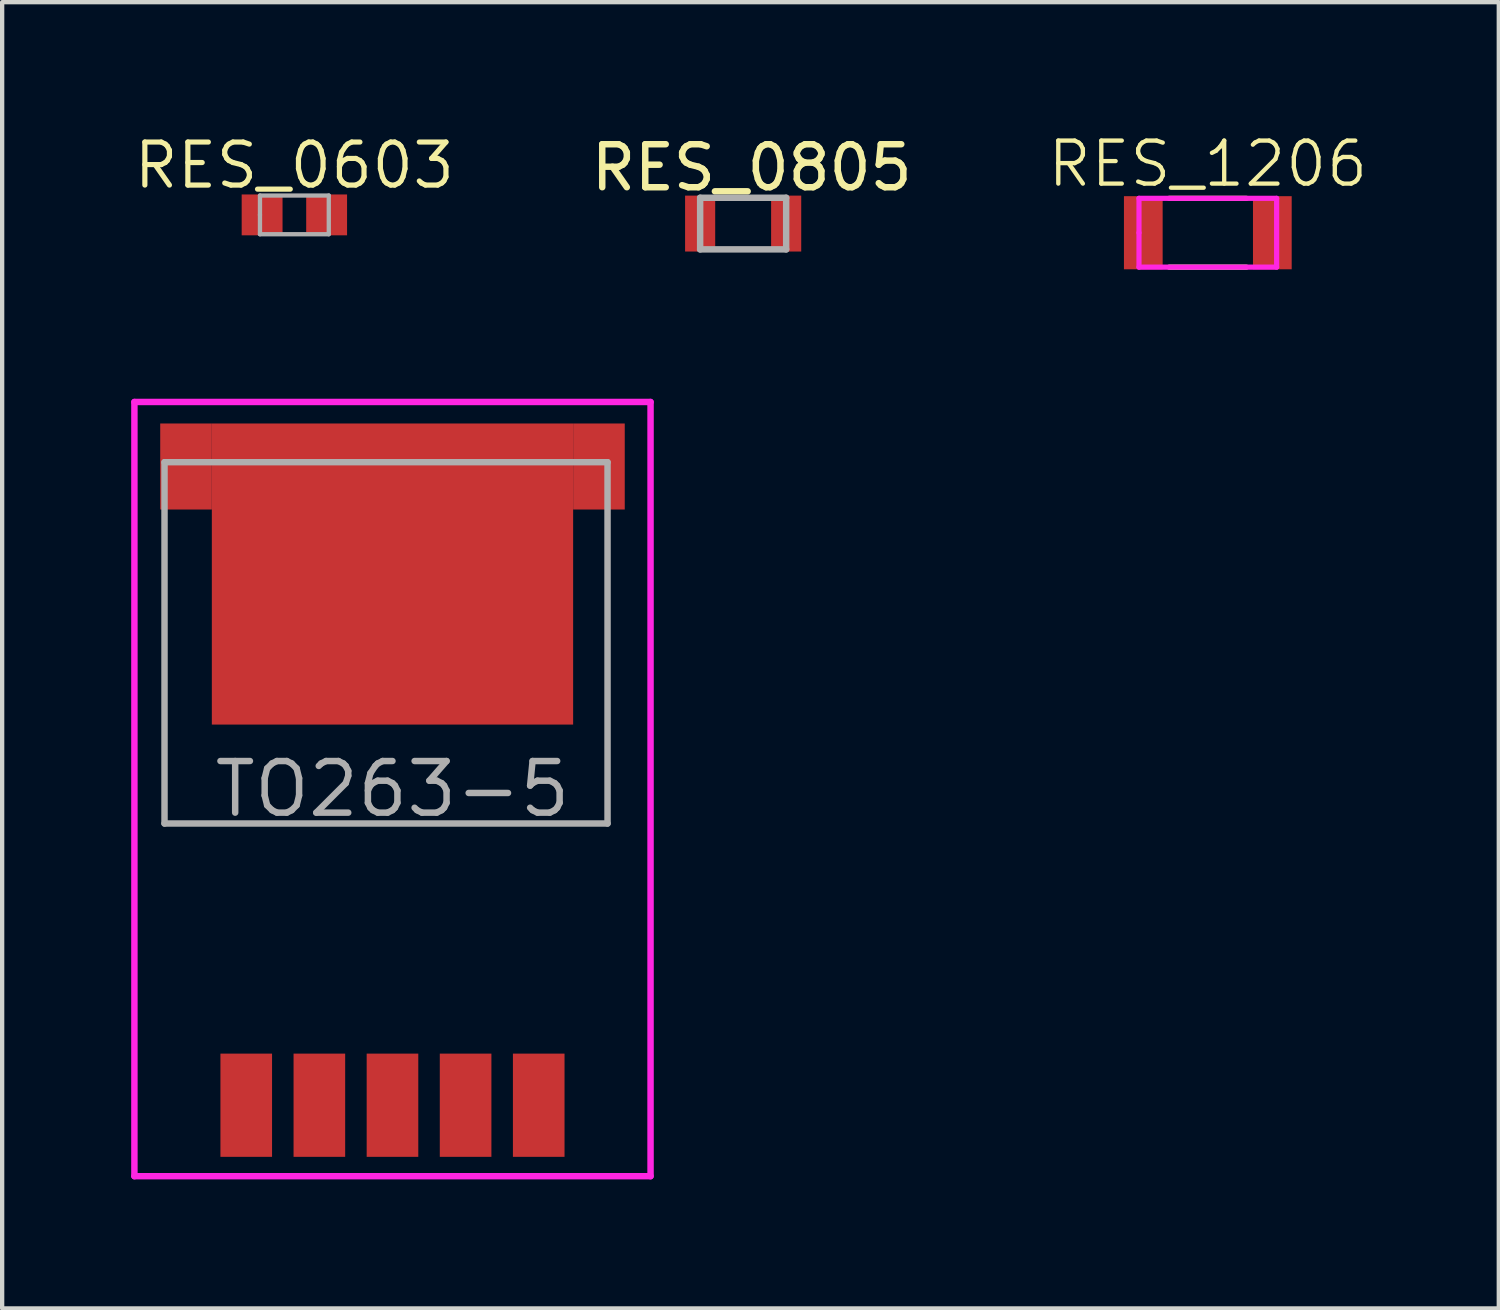
<source format=kicad_pcb>
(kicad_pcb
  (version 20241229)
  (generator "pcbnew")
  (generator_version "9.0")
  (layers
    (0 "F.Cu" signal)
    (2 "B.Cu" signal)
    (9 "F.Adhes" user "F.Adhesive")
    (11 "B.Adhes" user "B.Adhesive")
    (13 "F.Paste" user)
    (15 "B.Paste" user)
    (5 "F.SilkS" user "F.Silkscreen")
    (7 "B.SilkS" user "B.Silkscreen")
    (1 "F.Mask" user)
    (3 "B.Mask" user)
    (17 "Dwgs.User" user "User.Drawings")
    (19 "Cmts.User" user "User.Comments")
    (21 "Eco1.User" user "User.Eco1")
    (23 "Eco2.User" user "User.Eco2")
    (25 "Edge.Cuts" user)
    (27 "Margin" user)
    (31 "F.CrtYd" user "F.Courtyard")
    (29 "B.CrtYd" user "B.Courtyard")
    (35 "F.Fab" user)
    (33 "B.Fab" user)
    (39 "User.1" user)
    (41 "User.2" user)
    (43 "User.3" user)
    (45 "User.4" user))
  (footprint "TO263-5"
    (layer "F.Cu")
    (at 6.075 15.296)
    (property "Reference" "TO263-5" (at 0 0 180) (layer "F.Fab") (effects (font (size 1.2 1.2) (thickness 0.15))))
    (attr through_hole)
    (fp_line (start -6 -9) (end 6 -9) (stroke (width 0.15) (type solid)) (layer "F.CrtYd"))
    (fp_line (start -6 9) (end -6 -9) (stroke (width 0.15) (type solid)) (layer "F.CrtYd"))
    (fp_line (start 6 -9) (end 6 9) (stroke (width 0.15) (type solid)) (layer "F.CrtYd"))
    (fp_line (start 6 9) (end -6 9) (stroke (width 0.15) (type solid)) (layer "F.CrtYd"))
    (fp_line (start -5.3 -7.6) (end 5 -7.6) (stroke (width 0.15) (type solid)) (layer "F.Fab"))
    (fp_line (start -5.3 0.8) (end -5.3 -7.6) (stroke (width 0.15) (type solid)) (layer "F.Fab"))
    (fp_line (start 5 -7.6) (end 5 0.8) (stroke (width 0.15) (type solid)) (layer "F.Fab"))
    (fp_line (start 5 0.8) (end -5.3 0.8) (stroke (width 0.15) (type solid)) (layer "F.Fab"))
    (pad "1" smd rect (at -3.4 7.35) (size 1.2 2.4) (layers "F.Cu" "F.Mask" "F.Paste"))
    (pad "2" smd rect (at -1.7 7.35) (size 1.2 2.4) (layers "F.Cu" "F.Mask" "F.Paste"))
    (pad "3" smd rect (at 0 7.35) (size 1.2 2.4) (layers "F.Cu" "F.Mask" "F.Paste"))
    (pad "4" smd rect (at 1.7 7.35) (size 1.2 2.4) (layers "F.Cu" "F.Mask" "F.Paste"))
    (pad "5" smd rect (at 3.4 7.35) (size 1.2 2.4) (layers "F.Cu" "F.Mask" "F.Paste"))
    (pad "6" smd rect (at -4.8 -7.5) (size 1.2 2) (layers "F.Cu" "F.Mask" "F.Paste"))
    (pad "6" smd rect (at 0 -5) (size 8.4 7) (layers "F.Cu" "F.Mask" "F.Paste"))
    (pad "6" smd rect (at 4.8 -7.5) (size 1.2 2) (layers "F.Cu" "F.Mask" "F.Paste")))
  (footprint "RES_0805"
    (layer "F.Cu")
    (at 14.228 2.148)
    (property "Reference" "RES_0805" (at 0.2 -1.3 0) (layer "F.SilkS") (effects (font (size 1 1) (thickness 0.15))))
    (attr smd)
    (fp_line (start -1 -0.6) (end 1 -0.6) (stroke (width 0.15) (type solid)) (layer "F.Fab"))
    (fp_line (start -1 0.6) (end -1 -0.6) (stroke (width 0.15) (type solid)) (layer "F.Fab"))
    (fp_line (start 1 -0.6) (end 1 0.6) (stroke (width 0.15) (type solid)) (layer "F.Fab"))
    (fp_line (start 1 0.6) (end -1 0.6) (stroke (width 0.15) (type solid)) (layer "F.Fab"))
    (pad "1" smd rect (at -1 0) (size 0.7 1.3) (layers "F.Cu" "F.Mask" "F.Paste"))
    (pad "2" smd rect (at 1 0) (size 0.7 1.3) (layers "F.Cu" "F.Mask" "F.Paste")))
  (footprint "RES_1206"
    (layer "F.Cu")
    (at 25.031 2.361)
    (property "Reference" "RES_1206" (at 0 -1.6 0) (layer "F.SilkS") (effects (font (size 1 1) (thickness 0.1))))
    (attr smd)
    (fp_line (start -0.9 -0.8) (end 0.9 -0.8) (stroke (width 0.12) (type solid)) (layer "F.SilkS"))
    (fp_line (start 0.9 0.8) (end -0.9 0.8) (stroke (width 0.12) (type solid)) (layer "F.SilkS"))
    (fp_line (start -1.6 -0.8) (end 1.6 -0.8) (stroke (width 0.12) (type solid)) (layer "F.CrtYd"))
    (fp_line (start -1.6 0) (end -1.6 -0.8) (stroke (width 0.12) (type solid)) (layer "F.CrtYd"))
    (fp_line (start -1.6 0.8) (end -1.6 0) (stroke (width 0.12) (type solid)) (layer "F.CrtYd"))
    (fp_line (start 1.6 -0.8) (end 1.6 0.8) (stroke (width 0.12) (type solid)) (layer "F.CrtYd"))
    (fp_line (start 1.6 0.8) (end -1.6 0.8) (stroke (width 0.12) (type solid)) (layer "F.CrtYd"))
    (pad "1" smd rect (at -1.5 0) (size 0.9 1.7) (layers "F.Cu" "F.Mask" "F.Paste"))
    (pad "2" smd rect (at 1.5 0) (size 0.9 1.7) (layers "F.Cu" "F.Mask" "F.Paste")))
  (footprint "RES_0603"
    (layer "F.Cu")
    (at 3.794 1.946)
    (property "Reference" "RES_0603" (at 0 -1.15 0) (layer "F.SilkS") (effects (font (size 1 1) (thickness 0.12))))
    (attr smd)
    (fp_line (start -0.8 -0.45) (end 0.8 -0.45) (stroke (width 0.1) (type solid)) (layer "F.Fab"))
    (fp_line (start -0.8 0) (end -0.8 -0.45) (stroke (width 0.1) (type solid)) (layer "F.Fab"))
    (fp_line (start -0.8 0.45) (end -0.8 0) (stroke (width 0.1) (type solid)) (layer "F.Fab"))
    (fp_line (start 0.8 -0.45) (end 0.8 0.45) (stroke (width 0.1) (type solid)) (layer "F.Fab"))
    (fp_line (start 0.8 0.45) (end -0.8 0.45) (stroke (width 0.1) (type solid)) (layer "F.Fab"))
    (pad "1" smd rect (at -0.75 0) (size 0.95 0.95) (layers "F.Cu" "F.Mask" "F.Paste"))
    (pad "2" smd rect (at 0.75 0) (size 0.95 0.95) (layers "F.Cu" "F.Mask" "F.Paste")))
  (gr_rect
    (start -3 -3)
    (end 31.796 27.37)
    (stroke (width 0.1) (type default))
    (fill no)
    (layer "Edge.Cuts")))
</source>
